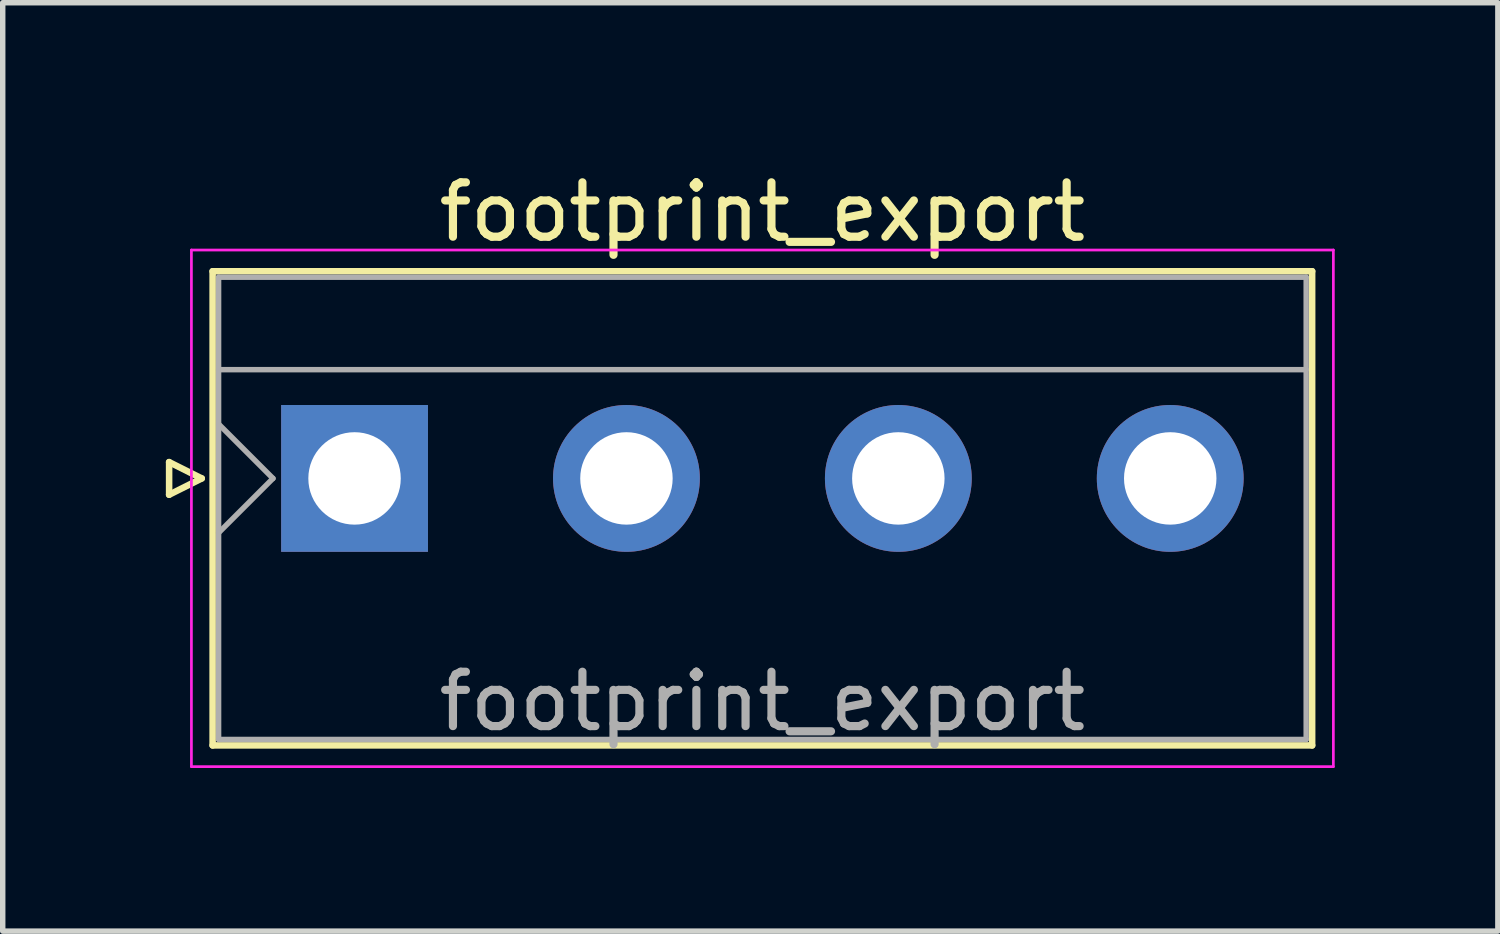
<source format=kicad_pcb>
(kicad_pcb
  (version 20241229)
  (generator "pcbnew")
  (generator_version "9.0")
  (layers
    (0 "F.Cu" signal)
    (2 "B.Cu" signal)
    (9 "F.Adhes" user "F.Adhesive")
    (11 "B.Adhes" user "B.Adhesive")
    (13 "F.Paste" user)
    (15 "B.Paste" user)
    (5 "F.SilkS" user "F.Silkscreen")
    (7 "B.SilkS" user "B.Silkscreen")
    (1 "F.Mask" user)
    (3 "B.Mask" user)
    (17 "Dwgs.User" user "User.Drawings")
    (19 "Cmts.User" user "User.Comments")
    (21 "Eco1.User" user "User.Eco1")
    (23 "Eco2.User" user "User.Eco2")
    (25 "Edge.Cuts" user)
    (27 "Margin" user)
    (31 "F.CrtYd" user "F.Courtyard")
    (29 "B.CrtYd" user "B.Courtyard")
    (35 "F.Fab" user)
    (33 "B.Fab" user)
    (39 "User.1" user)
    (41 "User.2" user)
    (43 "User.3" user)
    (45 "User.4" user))
  (footprint "footprint_export"
    (layer "F.Cu")
    (at 3.47 5.748)
    (property "Reference" "footprint_export" (at 7.5 -4.9 0) (layer "F.SilkS") (effects (font (size 1 1) (thickness 0.15))))
    (attr through_hole)
    (fp_line (start -3.41 -0.3) (end -2.81 0) (stroke (width 0.12) (type solid)) (layer "F.SilkS"))
    (fp_line (start -3.41 0.3) (end -3.41 -0.3) (stroke (width 0.12) (type solid)) (layer "F.SilkS"))
    (fp_line (start -2.81 0) (end -3.41 0.3) (stroke (width 0.12) (type solid)) (layer "F.SilkS"))
    (fp_line (start -2.61 -3.81) (end -2.61 4.91) (stroke (width 0.12) (type solid)) (layer "F.SilkS"))
    (fp_line (start -2.61 4.91) (end 17.61 4.91) (stroke (width 0.12) (type solid)) (layer "F.SilkS"))
    (fp_line (start 17.61 -3.81) (end -2.61 -3.81) (stroke (width 0.12) (type solid)) (layer "F.SilkS"))
    (fp_line (start 17.61 4.91) (end 17.61 -3.81) (stroke (width 0.12) (type solid)) (layer "F.SilkS"))
    (fp_line (start -3 -4.2) (end -3 5.3) (stroke (width 0.05) (type solid)) (layer "F.CrtYd"))
    (fp_line (start -3 5.3) (end 18 5.3) (stroke (width 0.05) (type solid)) (layer "F.CrtYd"))
    (fp_line (start 18 -4.2) (end -3 -4.2) (stroke (width 0.05) (type solid)) (layer "F.CrtYd"))
    (fp_line (start 18 5.3) (end 18 -4.2) (stroke (width 0.05) (type solid)) (layer "F.CrtYd"))
    (fp_line (start -2.5 -3.7) (end -2.5 4.8) (stroke (width 0.1) (type solid)) (layer "F.Fab"))
    (fp_line (start -2.5 -2) (end 17.5 -2) (stroke (width 0.1) (type solid)) (layer "F.Fab"))
    (fp_line (start -2.5 -1) (end -1.5 0) (stroke (width 0.1) (type solid)) (layer "F.Fab"))
    (fp_line (start -2.5 1) (end -1.5 0) (stroke (width 0.1) (type solid)) (layer "F.Fab"))
    (fp_line (start -2.5 4.8) (end 17.5 4.8) (stroke (width 0.1) (type solid)) (layer "F.Fab"))
    (fp_line (start 17.5 -3.7) (end -2.5 -3.7) (stroke (width 0.1) (type solid)) (layer "F.Fab"))
    (fp_line (start 17.5 4.8) (end 17.5 -3.7) (stroke (width 0.1) (type solid)) (layer "F.Fab"))
    (fp_text user "${REFERENCE}" (at 7.5 4.1 0) (layer "F.Fab") (effects (font (size 1 1) (thickness 0.15))))
    (pad "1" thru_hole rect (at 0 0) (size 2.7 2.7) (drill 1.7) (layers "*.Cu" "*.Mask"))
    (pad "2" thru_hole circle (at 5 0) (size 2.7 2.7) (drill 1.7) (layers "*.Cu" "*.Mask"))
    (pad "3" thru_hole circle (at 10 0) (size 2.7 2.7) (drill 1.7) (layers "*.Cu" "*.Mask"))
    (pad "4" thru_hole circle (at 15 0) (size 2.7 2.7) (drill 1.7) (layers "*.Cu" "*.Mask")))
  (gr_rect
    (start -3 -3)
    (end 24.495 14.073)
    (stroke (width 0.1) (type default))
    (fill no)
    (layer "Edge.Cuts")))
</source>
